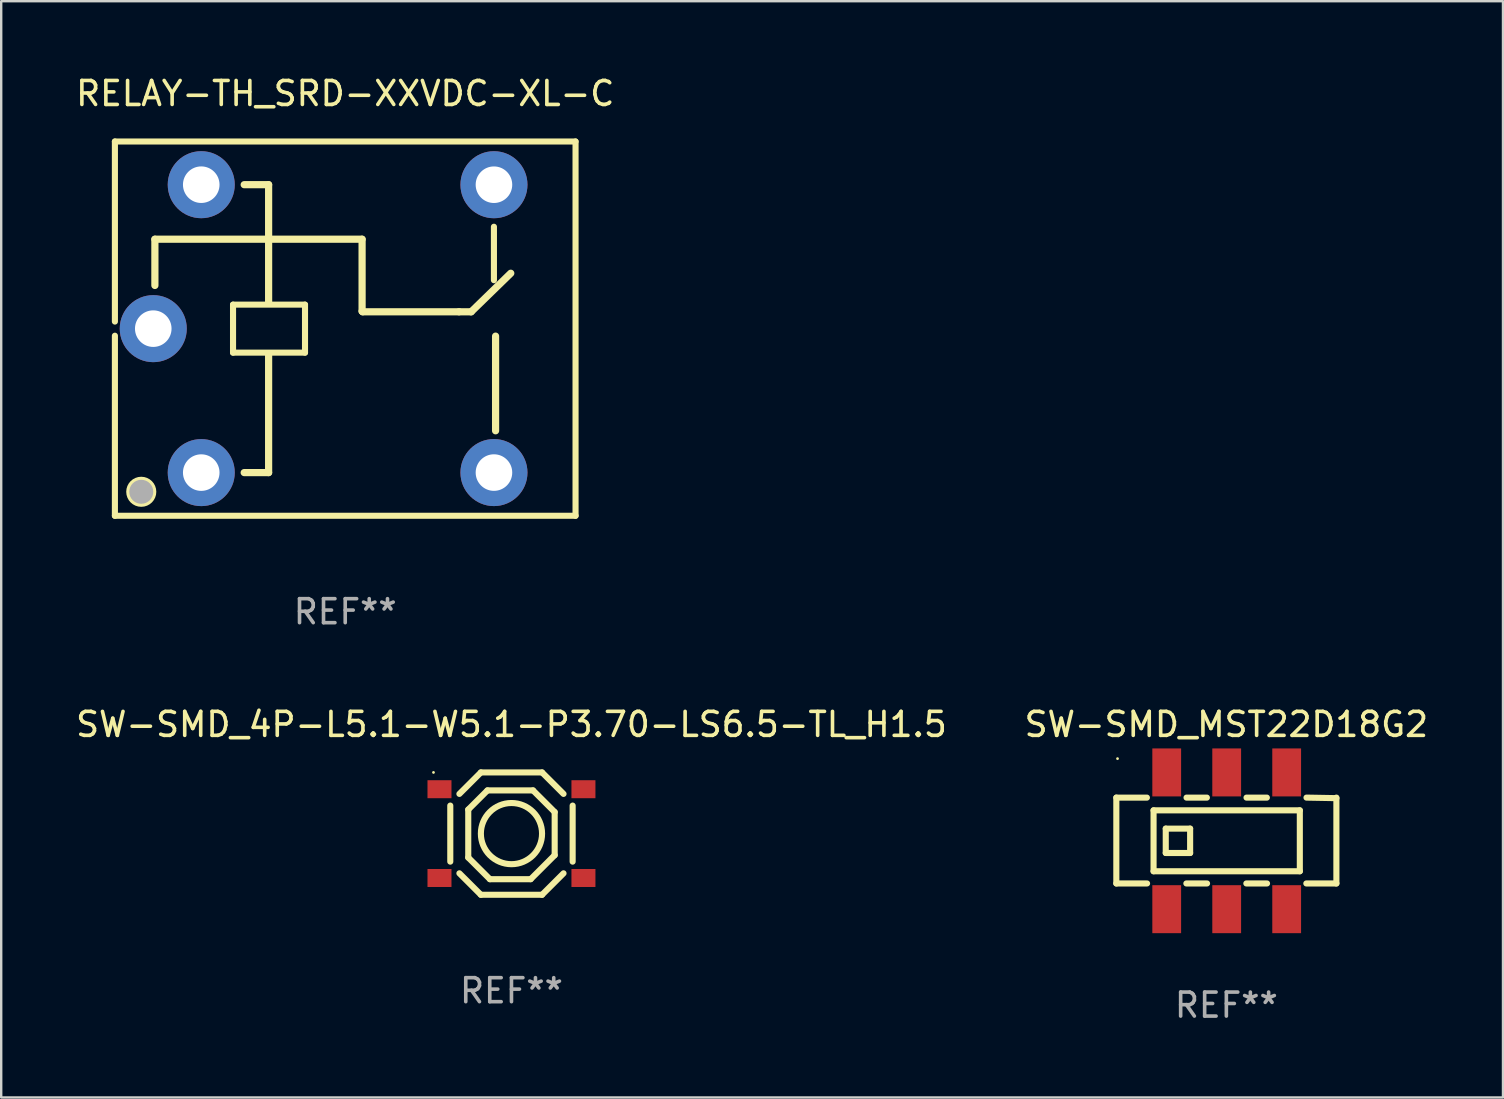
<source format=kicad_pcb>
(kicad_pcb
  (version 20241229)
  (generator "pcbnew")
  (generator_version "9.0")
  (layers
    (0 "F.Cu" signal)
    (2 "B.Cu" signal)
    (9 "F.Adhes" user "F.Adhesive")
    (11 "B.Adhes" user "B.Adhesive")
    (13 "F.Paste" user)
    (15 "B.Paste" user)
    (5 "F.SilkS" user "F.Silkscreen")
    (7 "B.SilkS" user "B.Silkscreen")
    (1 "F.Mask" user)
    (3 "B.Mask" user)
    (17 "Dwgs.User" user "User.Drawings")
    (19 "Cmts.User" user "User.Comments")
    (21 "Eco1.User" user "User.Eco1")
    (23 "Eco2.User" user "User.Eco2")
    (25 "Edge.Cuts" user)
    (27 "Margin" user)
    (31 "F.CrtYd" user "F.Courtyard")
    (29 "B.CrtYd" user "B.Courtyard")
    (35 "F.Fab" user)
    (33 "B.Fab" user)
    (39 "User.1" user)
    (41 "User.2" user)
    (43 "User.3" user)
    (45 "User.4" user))
  (footprint "RELAY-TH_SRD-XXVDC-XL-C"
    (layer "F.Cu")
    (at 10.438 10.648)
    (property "Reference" "RELAY-TH_SRD-XXVDC-XL-C" (at 0.901 -9.8 0) (layer "F.SilkS") (effects (font (size 1 1) (thickness 0.15))))
    (attr through_hole)
    (fp_line (start -8.699 -7.8) (end -8.699 -0.295) (stroke (width 0.254) (type solid)) (layer "F.SilkS"))
    (fp_line (start -8.699 0.295) (end -8.699 7.8) (stroke (width 0.254) (type solid)) (layer "F.SilkS"))
    (fp_line (start -7.032 -3.727) (end 1.604 -3.727) (stroke (width 0.3) (type solid)) (layer "F.SilkS"))
    (fp_line (start -7.032 -1.8) (end -7.032 -3.727) (stroke (width 0.3) (type solid)) (layer "F.SilkS"))
    (fp_line (start -3.775 -1) (end -3.775 1) (stroke (width 0.254) (type solid)) (layer "F.SilkS"))
    (fp_line (start -3.775 1) (end -0.775 1) (stroke (width 0.254) (type solid)) (layer "F.SilkS"))
    (fp_line (start -2.292 -6) (end -3.31 -6) (stroke (width 0.3) (type solid)) (layer "F.SilkS"))
    (fp_line (start -2.292 -1.051) (end -2.292 -6) (stroke (width 0.3) (type solid)) (layer "F.SilkS"))
    (fp_line (start -2.292 6) (end -3.31 6) (stroke (width 0.3) (type solid)) (layer "F.SilkS"))
    (fp_line (start -2.292 6) (end -2.292 1.051) (stroke (width 0.3) (type solid)) (layer "F.SilkS"))
    (fp_line (start -0.775 -1) (end -3.775 -1) (stroke (width 0.254) (type solid)) (layer "F.SilkS"))
    (fp_line (start -0.775 1) (end -0.775 -1) (stroke (width 0.254) (type solid)) (layer "F.SilkS"))
    (fp_line (start 1.604 -3.727) (end 1.604 -0.727) (stroke (width 0.3) (type solid)) (layer "F.SilkS"))
    (fp_line (start 1.604 -0.727) (end 1.628 -0.703) (stroke (width 0.3) (type solid)) (layer "F.SilkS"))
    (fp_line (start 1.628 -0.703) (end 5.644 -0.703) (stroke (width 0.3) (type solid)) (layer "F.SilkS"))
    (fp_line (start 5.644 -0.703) (end 6.152 -0.703) (stroke (width 0.3) (type solid)) (layer "F.SilkS"))
    (fp_line (start 6.15 -0.701) (end 7.801 -2.309) (stroke (width 0.3) (type solid)) (layer "F.SilkS"))
    (fp_line (start 7.099 -4.247) (end 7.099 -2.019) (stroke (width 0.254) (type solid)) (layer "F.SilkS"))
    (fp_line (start 7.168 4.257) (end 7.168 0.312) (stroke (width 0.3) (type solid)) (layer "F.SilkS"))
    (fp_line (start 10.501 -7.8) (end -8.699 -7.8) (stroke (width 0.254) (type solid)) (layer "F.SilkS"))
    (fp_line (start 10.501 7.8) (end 10.501 -7.8) (stroke (width 0.254) (type solid)) (layer "F.SilkS"))
    (fp_line (start 10.501 7.8) (end -8.699 7.8) (stroke (width 0.254) (type solid)) (layer "F.SilkS"))
    (fp_circle (center -8.7 7.8) (end -8.67 7.8) (stroke (width 0.06) (type solid)) (fill no) (layer "F.SilkS"))
    (fp_circle (center -7.6 6.8) (end -7.1 6.8) (stroke (width 0.254) (type solid)) (fill no) (layer "F.SilkS"))
    (fp_circle (center -7.6 6.8) (end -7.35 6.8) (stroke (width 0.5) (type solid)) (fill no) (layer "F.Fab"))
    (fp_text user "REF**" (at 0.901 11.8 0) (layer "F.Fab") (effects (font (size 1 1) (thickness 0.15))))
    (pad "1" thru_hole circle (at -5.1 6) (size 2.794 2.794) (drill 1.524) (layers "*.Cu" "*.Mask"))
    (pad "2" thru_hole circle (at 7.1 5.999) (size 2.794 2.794) (drill 1.524) (layers "*.Cu" "*.Mask"))
    (pad "3" thru_hole circle (at 7.1 -5.999) (size 2.794 2.794) (drill 1.524) (layers "*.Cu" "*.Mask"))
    (pad "4" thru_hole circle (at -5.1 -6) (size 2.794 2.794) (drill 1.524) (layers "*.Cu" "*.Mask"))
    (pad "5" thru_hole circle (at -7.1 0) (size 2.794 2.794) (drill 1.524) (layers "*.Cu" "*.Mask")))
  (footprint "SW-SMD_4P-L5.1-W5.1-P3.70-LS6.5-TL_H1.5"
    (layer "F.Cu")
    (at 18.268 31.695)
    (property "Reference" "SW-SMD_4P-L5.1-W5.1-P3.70-LS6.5-TL_H1.5" (at 0 -4.55 0) (layer "F.SilkS") (effects (font (size 1 1) (thickness 0.15))))
    (attr smd)
    (fp_line (start -2.55 -1.168) (end -2.55 1.168) (stroke (width 0.254) (type solid)) (layer "F.SilkS"))
    (fp_line (start -2.17 1.655) (end -1.275 2.55) (stroke (width 0.254) (type solid)) (layer "F.SilkS"))
    (fp_line (start -1.801 -1.001) (end -1.001 -1.801) (stroke (width 0.254) (type solid)) (layer "F.SilkS"))
    (fp_line (start -1.801 0.998) (end -1.801 -1.001) (stroke (width 0.254) (type solid)) (layer "F.SilkS"))
    (fp_line (start -1.275 -2.55) (end -2.17 -1.655) (stroke (width 0.254) (type solid)) (layer "F.SilkS"))
    (fp_line (start -1.275 -2.55) (end 1.275 -2.55) (stroke (width 0.254) (type solid)) (layer "F.SilkS"))
    (fp_line (start -1.275 2.55) (end 1.275 2.55) (stroke (width 0.254) (type solid)) (layer "F.SilkS"))
    (fp_line (start -1.001 -1.801) (end 0.899 -1.801) (stroke (width 0.254) (type solid)) (layer "F.SilkS"))
    (fp_line (start -0.899 1.9) (end -1.801 0.998) (stroke (width 0.254) (type solid)) (layer "F.SilkS"))
    (fp_line (start 0.8 1.9) (end -0.899 1.9) (stroke (width 0.254) (type solid)) (layer "F.SilkS"))
    (fp_line (start 0.899 -1.801) (end 1.801 -0.899) (stroke (width 0.254) (type solid)) (layer "F.SilkS"))
    (fp_line (start 1.275 -2.55) (end 2.17 -1.655) (stroke (width 0.254) (type solid)) (layer "F.SilkS"))
    (fp_line (start 1.801 -0.899) (end 1.801 0.899) (stroke (width 0.254) (type solid)) (layer "F.SilkS"))
    (fp_line (start 1.801 0.899) (end 0.8 1.9) (stroke (width 0.254) (type solid)) (layer "F.SilkS"))
    (fp_line (start 2.17 1.655) (end 1.275 2.55) (stroke (width 0.254) (type solid)) (layer "F.SilkS"))
    (fp_line (start 2.55 -1.168) (end 2.55 1.168) (stroke (width 0.254) (type solid)) (layer "F.SilkS"))
    (fp_circle (center -3.25 -2.55) (end -3.22 -2.55) (stroke (width 0.06) (type solid)) (fill no) (layer "F.SilkS"))
    (fp_circle (center 0 0) (end 1.275 0) (stroke (width 0.254) (type solid)) (fill no) (layer "F.SilkS"))
    (fp_text user "REF**" (at 0 6.55 0) (layer "F.Fab") (effects (font (size 1 1) (thickness 0.15))))
    (pad "1" smd rect (at -3 -1.85) (size 1 0.75) (layers "F.Cu" "F.Mask" "F.Paste"))
    (pad "2" smd rect (at 3 -1.85) (size 1 0.75) (layers "F.Cu" "F.Mask" "F.Paste"))
    (pad "3" smd rect (at -3 1.85) (size 1 0.75) (layers "F.Cu" "F.Mask" "F.Paste"))
    (pad "4" smd rect (at 3 1.85) (size 1 0.75) (layers "F.Cu" "F.Mask" "F.Paste")))
  (footprint "SW-SMD_MST22D18G2"
    (layer "F.Cu")
    (at 48.079 31.995)
    (property "Reference" "SW-SMD_MST22D18G2" (at -0.014 -4.85 0) (layer "F.SilkS") (effects (font (size 1 1) (thickness 0.15))))
    (attr smd)
    (fp_line (start -4.6 -1.8) (end -4.6 1.778) (stroke (width 0.254) (type solid)) (layer "F.SilkS"))
    (fp_line (start -4.6 -1.8) (end -3.326 -1.8) (stroke (width 0.254) (type solid)) (layer "F.SilkS"))
    (fp_line (start -3.319 1.778) (end -4.6 1.778) (stroke (width 0.254) (type solid)) (layer "F.SilkS"))
    (fp_line (start -3.048 -1.27) (end 3.048 -1.27) (stroke (width 0.254) (type solid)) (layer "F.SilkS"))
    (fp_line (start -3.048 1.27) (end -3.048 -1.27) (stroke (width 0.254) (type solid)) (layer "F.SilkS"))
    (fp_line (start -2.54 -0.508) (end -1.524 -0.508) (stroke (width 0.254) (type solid)) (layer "F.SilkS"))
    (fp_line (start -2.54 0.508) (end -2.54 -0.508) (stroke (width 0.254) (type solid)) (layer "F.SilkS"))
    (fp_line (start -1.674 -1.8) (end -0.826 -1.8) (stroke (width 0.254) (type solid)) (layer "F.SilkS"))
    (fp_line (start -1.524 -0.508) (end -1.524 0.508) (stroke (width 0.254) (type solid)) (layer "F.SilkS"))
    (fp_line (start -1.524 0.508) (end -2.54 0.508) (stroke (width 0.254) (type solid)) (layer "F.SilkS"))
    (fp_line (start -0.819 1.778) (end -1.681 1.778) (stroke (width 0.254) (type solid)) (layer "F.SilkS"))
    (fp_line (start 0.826 -1.8) (end 1.674 -1.8) (stroke (width 0.254) (type solid)) (layer "F.SilkS"))
    (fp_line (start 1.681 1.778) (end 0.819 1.778) (stroke (width 0.254) (type solid)) (layer "F.SilkS"))
    (fp_line (start 3.048 -1.27) (end 3.048 1.27) (stroke (width 0.254) (type solid)) (layer "F.SilkS"))
    (fp_line (start 3.048 1.27) (end -3.048 1.27) (stroke (width 0.254) (type solid)) (layer "F.SilkS"))
    (fp_line (start 3.326 -1.8) (end 4.572 -1.778) (stroke (width 0.254) (type solid)) (layer "F.SilkS"))
    (fp_line (start 4.572 1.778) (end 3.319 1.778) (stroke (width 0.254) (type solid)) (layer "F.SilkS"))
    (fp_line (start 4.572 1.778) (end 4.572 -1.8) (stroke (width 0.254) (type solid)) (layer "F.SilkS"))
    (fp_circle (center -4.55 -3.425) (end -4.52 -3.425) (stroke (width 0.06) (type solid)) (fill no) (layer "F.SilkS"))
    (fp_text user "REF**" (at -0.014 6.85 0) (layer "F.Fab") (effects (font (size 1 1) (thickness 0.15))))
    (pad "1" smd rect (at -2.5 -2.85 180) (size 1.2 2) (layers "F.Cu" "F.Mask" "F.Paste"))
    (pad "2" smd rect (at 0 -2.85 180) (size 1.2 2) (layers "F.Cu" "F.Mask" "F.Paste"))
    (pad "3" smd rect (at 2.5 -2.85 180) (size 1.2 2) (layers "F.Cu" "F.Mask" "F.Paste"))
    (pad "4" smd rect (at -2.5 2.85 180) (size 1.2 2) (layers "F.Cu" "F.Mask" "F.Paste"))
    (pad "5" smd rect (at 0 2.85 180) (size 1.2 2) (layers "F.Cu" "F.Mask" "F.Paste"))
    (pad "6" smd rect (at 2.5 2.85 180) (size 1.2 2) (layers "F.Cu" "F.Mask" "F.Paste")))
  (gr_rect
    (start -3 -3)
    (end 59.595 42.693)
    (stroke (width 0.1) (type default))
    (fill no)
    (layer "Edge.Cuts")))
</source>
